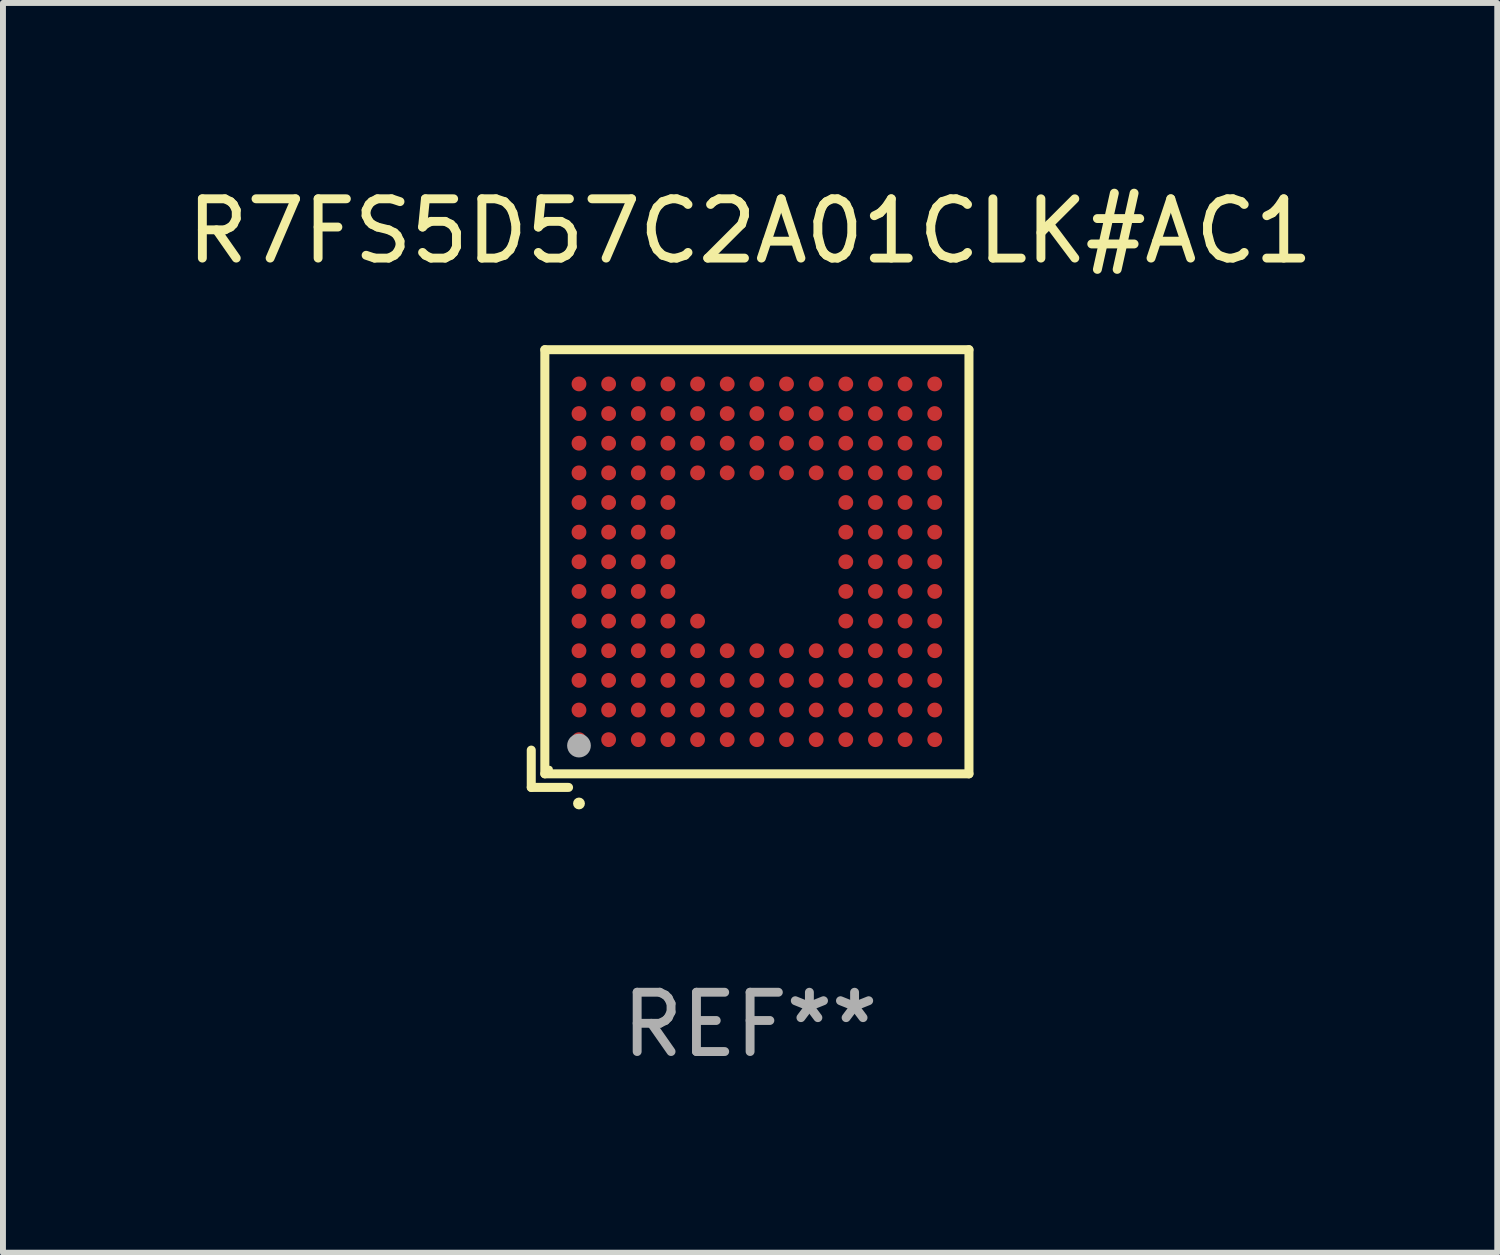
<source format=kicad_pcb>
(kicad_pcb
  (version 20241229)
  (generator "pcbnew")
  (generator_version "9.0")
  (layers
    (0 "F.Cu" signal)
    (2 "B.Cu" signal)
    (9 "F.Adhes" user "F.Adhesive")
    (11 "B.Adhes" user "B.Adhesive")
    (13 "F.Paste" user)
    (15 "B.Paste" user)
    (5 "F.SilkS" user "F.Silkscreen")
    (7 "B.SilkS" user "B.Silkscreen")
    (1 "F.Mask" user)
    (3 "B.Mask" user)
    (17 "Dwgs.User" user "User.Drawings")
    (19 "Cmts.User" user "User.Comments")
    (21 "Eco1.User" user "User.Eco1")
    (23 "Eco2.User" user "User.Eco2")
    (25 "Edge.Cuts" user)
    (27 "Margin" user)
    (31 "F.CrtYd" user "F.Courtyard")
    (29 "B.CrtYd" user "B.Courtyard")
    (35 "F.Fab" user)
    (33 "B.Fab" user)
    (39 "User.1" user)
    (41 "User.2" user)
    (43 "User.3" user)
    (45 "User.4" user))
  (footprint "R7FS5D57C2A01CLK#AC1"
    (layer "F.Cu")
    (at 9.601 6.539)
    (property "Reference" "R7FS5D57C2A01CLK#AC1" (at 0 -5.691 0) (layer "F.SilkS") (effects (font (size 1 1) (thickness 0.15))))
    (attr through_hole)
    (fp_line (start -3.691 3.062) (end -3.691 3.691) (stroke (width 0.152) (type solid)) (layer "F.SilkS"))
    (fp_line (start -3.691 3.691) (end -3.062 3.691) (stroke (width 0.152) (type solid)) (layer "F.SilkS"))
    (fp_line (start -3.462 -3.691) (end 3.691 -3.691) (stroke (width 0.152) (type solid)) (layer "F.SilkS"))
    (fp_line (start -3.462 3.462) (end -3.462 -3.691) (stroke (width 0.152) (type solid)) (layer "F.SilkS"))
    (fp_line (start 3.691 -3.691) (end 3.691 3.462) (stroke (width 0.152) (type solid)) (layer "F.SilkS"))
    (fp_line (start 3.691 3.462) (end -3.462 3.462) (stroke (width 0.152) (type solid)) (layer "F.SilkS"))
    (fp_circle (center -3.386 3.386) (end -3.356 3.386) (stroke (width 0.06) (type solid)) (fill no) (layer "F.SilkS"))
    (fp_circle (center -2.886 3.962) (end -2.836 3.962) (stroke (width 0.1) (type solid)) (fill no) (layer "F.SilkS"))
    (fp_circle (center -2.886 2.986) (end -2.786 2.986) (stroke (width 0.2) (type solid)) (fill no) (layer "F.Fab"))
    (fp_text user "REF**" (at 0 7.691 0) (layer "F.Fab") (effects (font (size 1 1) (thickness 0.15))))
    (pad "A1" smd circle (at -2.886 2.886) (size 0.25 0.25) (layers "F.Cu" "F.Mask" "F.Paste"))
    (pad "A2" smd circle (at -2.886 2.386) (size 0.25 0.25) (layers "F.Cu" "F.Mask" "F.Paste"))
    (pad "A3" smd circle (at -2.886 1.886) (size 0.25 0.25) (layers "F.Cu" "F.Mask" "F.Paste"))
    (pad "A4" smd circle (at -2.886 1.386) (size 0.25 0.25) (layers "F.Cu" "F.Mask" "F.Paste"))
    (pad "A5" smd circle (at -2.886 0.886) (size 0.25 0.25) (layers "F.Cu" "F.Mask" "F.Paste"))
    (pad "A6" smd circle (at -2.886 0.386) (size 0.25 0.25) (layers "F.Cu" "F.Mask" "F.Paste"))
    (pad "A7" smd circle (at -2.886 -0.114) (size 0.25 0.25) (layers "F.Cu" "F.Mask" "F.Paste"))
    (pad "A8" smd circle (at -2.886 -0.614) (size 0.25 0.25) (layers "F.Cu" "F.Mask" "F.Paste"))
    (pad "A9" smd circle (at -2.886 -1.114) (size 0.25 0.25) (layers "F.Cu" "F.Mask" "F.Paste"))
    (pad "A10" smd circle (at -2.886 -1.614) (size 0.25 0.25) (layers "F.Cu" "F.Mask" "F.Paste"))
    (pad "A11" smd circle (at -2.886 -2.114) (size 0.25 0.25) (layers "F.Cu" "F.Mask" "F.Paste"))
    (pad "A12" smd circle (at -2.886 -2.614) (size 0.25 0.25) (layers "F.Cu" "F.Mask" "F.Paste"))
    (pad "A13" smd circle (at -2.886 -3.114) (size 0.25 0.25) (layers "F.Cu" "F.Mask" "F.Paste"))
    (pad "B1" smd circle (at -2.386 2.886) (size 0.25 0.25) (layers "F.Cu" "F.Mask" "F.Paste"))
    (pad "B2" smd circle (at -2.386 2.386) (size 0.25 0.25) (layers "F.Cu" "F.Mask" "F.Paste"))
    (pad "B3" smd circle (at -2.386 1.886) (size 0.25 0.25) (layers "F.Cu" "F.Mask" "F.Paste"))
    (pad "B4" smd circle (at -2.386 1.386) (size 0.25 0.25) (layers "F.Cu" "F.Mask" "F.Paste"))
    (pad "B5" smd circle (at -2.386 0.886) (size 0.25 0.25) (layers "F.Cu" "F.Mask" "F.Paste"))
    (pad "B6" smd circle (at -2.386 0.386) (size 0.25 0.25) (layers "F.Cu" "F.Mask" "F.Paste"))
    (pad "B7" smd circle (at -2.386 -0.114) (size 0.25 0.25) (layers "F.Cu" "F.Mask" "F.Paste"))
    (pad "B8" smd circle (at -2.386 -0.614) (size 0.25 0.25) (layers "F.Cu" "F.Mask" "F.Paste"))
    (pad "B9" smd circle (at -2.386 -1.114) (size 0.25 0.25) (layers "F.Cu" "F.Mask" "F.Paste"))
    (pad "B10" smd circle (at -2.386 -1.614) (size 0.25 0.25) (layers "F.Cu" "F.Mask" "F.Paste"))
    (pad "B11" smd circle (at -2.386 -2.114) (size 0.25 0.25) (layers "F.Cu" "F.Mask" "F.Paste"))
    (pad "B12" smd circle (at -2.386 -2.614) (size 0.25 0.25) (layers "F.Cu" "F.Mask" "F.Paste"))
    (pad "B13" smd circle (at -2.386 -3.114) (size 0.25 0.25) (layers "F.Cu" "F.Mask" "F.Paste"))
    (pad "C1" smd circle (at -1.886 2.886) (size 0.25 0.25) (layers "F.Cu" "F.Mask" "F.Paste"))
    (pad "C2" smd circle (at -1.886 2.386) (size 0.25 0.25) (layers "F.Cu" "F.Mask" "F.Paste"))
    (pad "C3" smd circle (at -1.886 1.886) (size 0.25 0.25) (layers "F.Cu" "F.Mask" "F.Paste"))
    (pad "C4" smd circle (at -1.886 1.386) (size 0.25 0.25) (layers "F.Cu" "F.Mask" "F.Paste"))
    (pad "C5" smd circle (at -1.886 0.886) (size 0.25 0.25) (layers "F.Cu" "F.Mask" "F.Paste"))
    (pad "C6" smd circle (at -1.886 0.386) (size 0.25 0.25) (layers "F.Cu" "F.Mask" "F.Paste"))
    (pad "C7" smd circle (at -1.886 -0.114) (size 0.25 0.25) (layers "F.Cu" "F.Mask" "F.Paste"))
    (pad "C8" smd circle (at -1.886 -0.614) (size 0.25 0.25) (layers "F.Cu" "F.Mask" "F.Paste"))
    (pad "C9" smd circle (at -1.886 -1.114) (size 0.25 0.25) (layers "F.Cu" "F.Mask" "F.Paste"))
    (pad "C10" smd circle (at -1.886 -1.614) (size 0.25 0.25) (layers "F.Cu" "F.Mask" "F.Paste"))
    (pad "C11" smd circle (at -1.886 -2.114) (size 0.25 0.25) (layers "F.Cu" "F.Mask" "F.Paste"))
    (pad "C12" smd circle (at -1.886 -2.614) (size 0.25 0.25) (layers "F.Cu" "F.Mask" "F.Paste"))
    (pad "C13" smd circle (at -1.886 -3.114) (size 0.25 0.25) (layers "F.Cu" "F.Mask" "F.Paste"))
    (pad "D1" smd circle (at -1.386 2.886) (size 0.25 0.25) (layers "F.Cu" "F.Mask" "F.Paste"))
    (pad "D2" smd circle (at -1.386 2.386) (size 0.25 0.25) (layers "F.Cu" "F.Mask" "F.Paste"))
    (pad "D3" smd circle (at -1.386 1.886) (size 0.25 0.25) (layers "F.Cu" "F.Mask" "F.Paste"))
    (pad "D4" smd circle (at -1.386 1.386) (size 0.25 0.25) (layers "F.Cu" "F.Mask" "F.Paste"))
    (pad "D5" smd circle (at -1.386 0.886) (size 0.25 0.25) (layers "F.Cu" "F.Mask" "F.Paste"))
    (pad "D6" smd circle (at -1.386 0.386) (size 0.25 0.25) (layers "F.Cu" "F.Mask" "F.Paste"))
    (pad "D7" smd circle (at -1.386 -0.114) (size 0.25 0.25) (layers "F.Cu" "F.Mask" "F.Paste"))
    (pad "D8" smd circle (at -1.386 -0.614) (size 0.25 0.25) (layers "F.Cu" "F.Mask" "F.Paste"))
    (pad "D9" smd circle (at -1.386 -1.114) (size 0.25 0.25) (layers "F.Cu" "F.Mask" "F.Paste"))
    (pad "D10" smd circle (at -1.386 -1.614) (size 0.25 0.25) (layers "F.Cu" "F.Mask" "F.Paste"))
    (pad "D11" smd circle (at -1.386 -2.114) (size 0.25 0.25) (layers "F.Cu" "F.Mask" "F.Paste"))
    (pad "D12" smd circle (at -1.386 -2.614) (size 0.25 0.25) (layers "F.Cu" "F.Mask" "F.Paste"))
    (pad "D13" smd circle (at -1.386 -3.114) (size 0.25 0.25) (layers "F.Cu" "F.Mask" "F.Paste"))
    (pad "E1" smd circle (at -0.886 2.886) (size 0.25 0.25) (layers "F.Cu" "F.Mask" "F.Paste"))
    (pad "E2" smd circle (at -0.886 2.386) (size 0.25 0.25) (layers "F.Cu" "F.Mask" "F.Paste"))
    (pad "E3" smd circle (at -0.886 1.886) (size 0.25 0.25) (layers "F.Cu" "F.Mask" "F.Paste"))
    (pad "E4" smd circle (at -0.886 1.386) (size 0.25 0.25) (layers "F.Cu" "F.Mask" "F.Paste"))
    (pad "E5" smd circle (at -0.886 0.886) (size 0.25 0.25) (layers "F.Cu" "F.Mask" "F.Paste"))
    (pad "E10" smd circle (at -0.886 -1.614) (size 0.25 0.25) (layers "F.Cu" "F.Mask" "F.Paste"))
    (pad "E11" smd circle (at -0.886 -2.114) (size 0.25 0.25) (layers "F.Cu" "F.Mask" "F.Paste"))
    (pad "E12" smd circle (at -0.886 -2.614) (size 0.25 0.25) (layers "F.Cu" "F.Mask" "F.Paste"))
    (pad "E13" smd circle (at -0.886 -3.114) (size 0.25 0.25) (layers "F.Cu" "F.Mask" "F.Paste"))
    (pad "F1" smd circle (at -0.386 2.886) (size 0.25 0.25) (layers "F.Cu" "F.Mask" "F.Paste"))
    (pad "F2" smd circle (at -0.386 2.386) (size 0.25 0.25) (layers "F.Cu" "F.Mask" "F.Paste"))
    (pad "F3" smd circle (at -0.386 1.886) (size 0.25 0.25) (layers "F.Cu" "F.Mask" "F.Paste"))
    (pad "F4" smd circle (at -0.386 1.386) (size 0.25 0.25) (layers "F.Cu" "F.Mask" "F.Paste"))
    (pad "F10" smd circle (at -0.386 -1.614) (size 0.25 0.25) (layers "F.Cu" "F.Mask" "F.Paste"))
    (pad "F11" smd circle (at -0.386 -2.114) (size 0.25 0.25) (layers "F.Cu" "F.Mask" "F.Paste"))
    (pad "F12" smd circle (at -0.386 -2.614) (size 0.25 0.25) (layers "F.Cu" "F.Mask" "F.Paste"))
    (pad "F13" smd circle (at -0.386 -3.114) (size 0.25 0.25) (layers "F.Cu" "F.Mask" "F.Paste"))
    (pad "G1" smd circle (at 0.114 2.886) (size 0.25 0.25) (layers "F.Cu" "F.Mask" "F.Paste"))
    (pad "G2" smd circle (at 0.114 2.386) (size 0.25 0.25) (layers "F.Cu" "F.Mask" "F.Paste"))
    (pad "G3" smd circle (at 0.114 1.886) (size 0.25 0.25) (layers "F.Cu" "F.Mask" "F.Paste"))
    (pad "G4" smd circle (at 0.114 1.386) (size 0.25 0.25) (layers "F.Cu" "F.Mask" "F.Paste"))
    (pad "G10" smd circle (at 0.114 -1.614) (size 0.25 0.25) (layers "F.Cu" "F.Mask" "F.Paste"))
    (pad "G11" smd circle (at 0.114 -2.114) (size 0.25 0.25) (layers "F.Cu" "F.Mask" "F.Paste"))
    (pad "G12" smd circle (at 0.114 -2.614) (size 0.25 0.25) (layers "F.Cu" "F.Mask" "F.Paste"))
    (pad "G13" smd circle (at 0.114 -3.114) (size 0.25 0.25) (layers "F.Cu" "F.Mask" "F.Paste"))
    (pad "H1" smd circle (at 0.614 2.886) (size 0.25 0.25) (layers "F.Cu" "F.Mask" "F.Paste"))
    (pad "H2" smd circle (at 0.614 2.386) (size 0.25 0.25) (layers "F.Cu" "F.Mask" "F.Paste"))
    (pad "H3" smd circle (at 0.614 1.886) (size 0.25 0.25) (layers "F.Cu" "F.Mask" "F.Paste"))
    (pad "H4" smd circle (at 0.614 1.386) (size 0.25 0.25) (layers "F.Cu" "F.Mask" "F.Paste"))
    (pad "H10" smd circle (at 0.614 -1.614) (size 0.25 0.25) (layers "F.Cu" "F.Mask" "F.Paste"))
    (pad "H11" smd circle (at 0.614 -2.114) (size 0.25 0.25) (layers "F.Cu" "F.Mask" "F.Paste"))
    (pad "H12" smd circle (at 0.614 -2.614) (size 0.25 0.25) (layers "F.Cu" "F.Mask" "F.Paste"))
    (pad "H13" smd circle (at 0.614 -3.114) (size 0.25 0.25) (layers "F.Cu" "F.Mask" "F.Paste"))
    (pad "J1" smd circle (at 1.114 2.886) (size 0.25 0.25) (layers "F.Cu" "F.Mask" "F.Paste"))
    (pad "J2" smd circle (at 1.114 2.386) (size 0.25 0.25) (layers "F.Cu" "F.Mask" "F.Paste"))
    (pad "J3" smd circle (at 1.114 1.886) (size 0.25 0.25) (layers "F.Cu" "F.Mask" "F.Paste"))
    (pad "J4" smd circle (at 1.114 1.386) (size 0.25 0.25) (layers "F.Cu" "F.Mask" "F.Paste"))
    (pad "J10" smd circle (at 1.114 -1.614) (size 0.25 0.25) (layers "F.Cu" "F.Mask" "F.Paste"))
    (pad "J11" smd circle (at 1.114 -2.114) (size 0.25 0.25) (layers "F.Cu" "F.Mask" "F.Paste"))
    (pad "J12" smd circle (at 1.114 -2.614) (size 0.25 0.25) (layers "F.Cu" "F.Mask" "F.Paste"))
    (pad "J13" smd circle (at 1.114 -3.114) (size 0.25 0.25) (layers "F.Cu" "F.Mask" "F.Paste"))
    (pad "K1" smd circle (at 1.614 2.886) (size 0.25 0.25) (layers "F.Cu" "F.Mask" "F.Paste"))
    (pad "K2" smd circle (at 1.614 2.386) (size 0.25 0.25) (layers "F.Cu" "F.Mask" "F.Paste"))
    (pad "K3" smd circle (at 1.614 1.886) (size 0.25 0.25) (layers "F.Cu" "F.Mask" "F.Paste"))
    (pad "K4" smd circle (at 1.614 1.386) (size 0.25 0.25) (layers "F.Cu" "F.Mask" "F.Paste"))
    (pad "K5" smd circle (at 1.614 0.886) (size 0.25 0.25) (layers "F.Cu" "F.Mask" "F.Paste"))
    (pad "K6" smd circle (at 1.614 0.386) (size 0.25 0.25) (layers "F.Cu" "F.Mask" "F.Paste"))
    (pad "K7" smd circle (at 1.614 -0.114) (size 0.25 0.25) (layers "F.Cu" "F.Mask" "F.Paste"))
    (pad "K8" smd circle (at 1.614 -0.614) (size 0.25 0.25) (layers "F.Cu" "F.Mask" "F.Paste"))
    (pad "K9" smd circle (at 1.614 -1.114) (size 0.25 0.25) (layers "F.Cu" "F.Mask" "F.Paste"))
    (pad "K10" smd circle (at 1.614 -1.614) (size 0.25 0.25) (layers "F.Cu" "F.Mask" "F.Paste"))
    (pad "K11" smd circle (at 1.614 -2.114) (size 0.25 0.25) (layers "F.Cu" "F.Mask" "F.Paste"))
    (pad "K12" smd circle (at 1.614 -2.614) (size 0.25 0.25) (layers "F.Cu" "F.Mask" "F.Paste"))
    (pad "K13" smd circle (at 1.614 -3.114) (size 0.25 0.25) (layers "F.Cu" "F.Mask" "F.Paste"))
    (pad "L1" smd circle (at 2.114 2.886) (size 0.25 0.25) (layers "F.Cu" "F.Mask" "F.Paste"))
    (pad "L2" smd circle (at 2.114 2.386) (size 0.25 0.25) (layers "F.Cu" "F.Mask" "F.Paste"))
    (pad "L3" smd circle (at 2.114 1.886) (size 0.25 0.25) (layers "F.Cu" "F.Mask" "F.Paste"))
    (pad "L4" smd circle (at 2.114 1.386) (size 0.25 0.25) (layers "F.Cu" "F.Mask" "F.Paste"))
    (pad "L5" smd circle (at 2.114 0.886) (size 0.25 0.25) (layers "F.Cu" "F.Mask" "F.Paste"))
    (pad "L6" smd circle (at 2.114 0.386) (size 0.25 0.25) (layers "F.Cu" "F.Mask" "F.Paste"))
    (pad "L7" smd circle (at 2.114 -0.114) (size 0.25 0.25) (layers "F.Cu" "F.Mask" "F.Paste"))
    (pad "L8" smd circle (at 2.114 -0.614) (size 0.25 0.25) (layers "F.Cu" "F.Mask" "F.Paste"))
    (pad "L9" smd circle (at 2.114 -1.114) (size 0.25 0.25) (layers "F.Cu" "F.Mask" "F.Paste"))
    (pad "L10" smd circle (at 2.114 -1.614) (size 0.25 0.25) (layers "F.Cu" "F.Mask" "F.Paste"))
    (pad "L11" smd circle (at 2.114 -2.114) (size 0.25 0.25) (layers "F.Cu" "F.Mask" "F.Paste"))
    (pad "L12" smd circle (at 2.114 -2.614) (size 0.25 0.25) (layers "F.Cu" "F.Mask" "F.Paste"))
    (pad "L13" smd circle (at 2.114 -3.114) (size 0.25 0.25) (layers "F.Cu" "F.Mask" "F.Paste"))
    (pad "M1" smd circle (at 2.614 2.886) (size 0.25 0.25) (layers "F.Cu" "F.Mask" "F.Paste"))
    (pad "M2" smd circle (at 2.614 2.386) (size 0.25 0.25) (layers "F.Cu" "F.Mask" "F.Paste"))
    (pad "M3" smd circle (at 2.614 1.886) (size 0.25 0.25) (layers "F.Cu" "F.Mask" "F.Paste"))
    (pad "M4" smd circle (at 2.614 1.386) (size 0.25 0.25) (layers "F.Cu" "F.Mask" "F.Paste"))
    (pad "M5" smd circle (at 2.614 0.886) (size 0.25 0.25) (layers "F.Cu" "F.Mask" "F.Paste"))
    (pad "M6" smd circle (at 2.614 0.386) (size 0.25 0.25) (layers "F.Cu" "F.Mask" "F.Paste"))
    (pad "M7" smd circle (at 2.614 -0.114) (size 0.25 0.25) (layers "F.Cu" "F.Mask" "F.Paste"))
    (pad "M8" smd circle (at 2.614 -0.614) (size 0.25 0.25) (layers "F.Cu" "F.Mask" "F.Paste"))
    (pad "M9" smd circle (at 2.614 -1.114) (size 0.25 0.25) (layers "F.Cu" "F.Mask" "F.Paste"))
    (pad "M10" smd circle (at 2.614 -1.614) (size 0.25 0.25) (layers "F.Cu" "F.Mask" "F.Paste"))
    (pad "M11" smd circle (at 2.614 -2.114) (size 0.25 0.25) (layers "F.Cu" "F.Mask" "F.Paste"))
    (pad "M12" smd circle (at 2.614 -2.614) (size 0.25 0.25) (layers "F.Cu" "F.Mask" "F.Paste"))
    (pad "M13" smd circle (at 2.614 -3.114) (size 0.25 0.25) (layers "F.Cu" "F.Mask" "F.Paste"))
    (pad "N1" smd circle (at 3.114 2.886) (size 0.25 0.25) (layers "F.Cu" "F.Mask" "F.Paste"))
    (pad "N2" smd circle (at 3.114 2.386) (size 0.25 0.25) (layers "F.Cu" "F.Mask" "F.Paste"))
    (pad "N3" smd circle (at 3.114 1.886) (size 0.25 0.25) (layers "F.Cu" "F.Mask" "F.Paste"))
    (pad "N4" smd circle (at 3.114 1.386) (size 0.25 0.25) (layers "F.Cu" "F.Mask" "F.Paste"))
    (pad "N5" smd circle (at 3.114 0.886) (size 0.25 0.25) (layers "F.Cu" "F.Mask" "F.Paste"))
    (pad "N6" smd circle (at 3.114 0.386) (size 0.25 0.25) (layers "F.Cu" "F.Mask" "F.Paste"))
    (pad "N7" smd circle (at 3.114 -0.114) (size 0.25 0.25) (layers "F.Cu" "F.Mask" "F.Paste"))
    (pad "N8" smd circle (at 3.114 -0.614) (size 0.25 0.25) (layers "F.Cu" "F.Mask" "F.Paste"))
    (pad "N9" smd circle (at 3.114 -1.114) (size 0.25 0.25) (layers "F.Cu" "F.Mask" "F.Paste"))
    (pad "N10" smd circle (at 3.114 -1.614) (size 0.25 0.25) (layers "F.Cu" "F.Mask" "F.Paste"))
    (pad "N11" smd circle (at 3.114 -2.114) (size 0.25 0.25) (layers "F.Cu" "F.Mask" "F.Paste"))
    (pad "N12" smd circle (at 3.114 -2.614) (size 0.25 0.25) (layers "F.Cu" "F.Mask" "F.Paste"))
    (pad "N13" smd circle (at 3.114 -3.114) (size 0.25 0.25) (layers "F.Cu" "F.Mask" "F.Paste")))
  (gr_rect
    (start -3 -3)
    (end 22.202 18.078)
    (stroke (width 0.1) (type default))
    (fill no)
    (layer "Edge.Cuts")))
</source>
